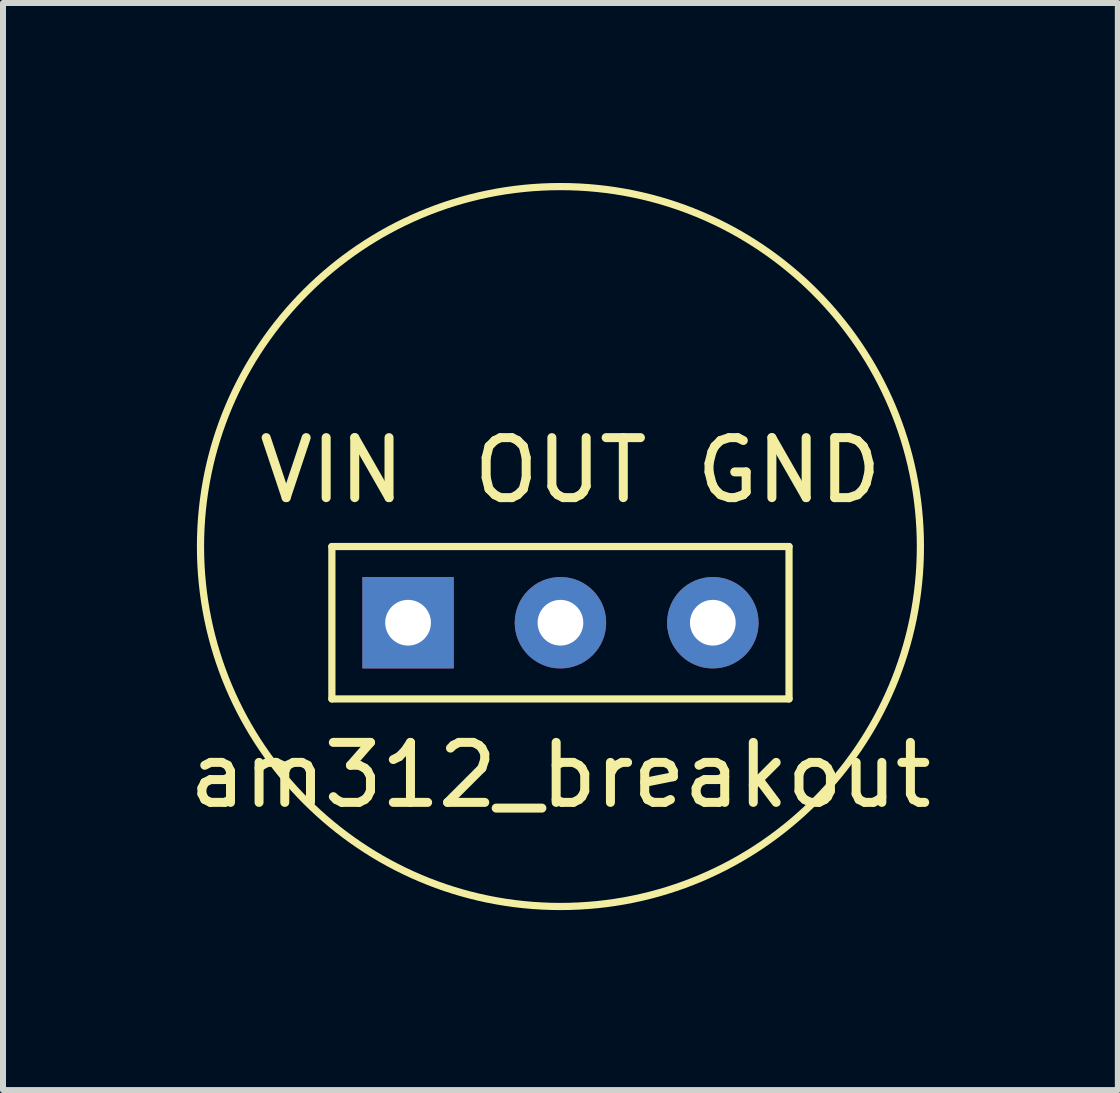
<source format=kicad_pcb>
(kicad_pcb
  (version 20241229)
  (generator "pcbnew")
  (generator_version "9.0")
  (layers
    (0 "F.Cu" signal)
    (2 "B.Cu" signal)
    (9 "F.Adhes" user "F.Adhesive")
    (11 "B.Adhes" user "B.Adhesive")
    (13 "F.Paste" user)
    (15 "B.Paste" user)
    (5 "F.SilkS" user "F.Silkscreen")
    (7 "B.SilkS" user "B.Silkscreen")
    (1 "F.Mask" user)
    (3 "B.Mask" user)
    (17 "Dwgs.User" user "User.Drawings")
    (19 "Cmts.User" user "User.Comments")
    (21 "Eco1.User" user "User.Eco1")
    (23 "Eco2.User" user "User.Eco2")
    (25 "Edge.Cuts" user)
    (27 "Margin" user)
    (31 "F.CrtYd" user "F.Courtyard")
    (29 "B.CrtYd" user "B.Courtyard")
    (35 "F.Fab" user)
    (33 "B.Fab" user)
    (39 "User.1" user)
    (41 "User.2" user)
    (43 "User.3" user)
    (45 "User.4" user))
  (footprint "am312_breakout"
    (layer "F.Cu")
    (at 3.752 7.33)
    (property "Reference" "am312_breakout" (at 2.54 2.54 0) (layer "F.SilkS") (effects (font (size 1 1) (thickness 0.15))))
    (attr through_hole)
    (fp_line (start -1.27 -1.27) (end 6.35 -1.27) (stroke (width 0.12) (type solid)) (layer "F.SilkS"))
    (fp_line (start -1.27 1.27) (end -1.27 -1.27) (stroke (width 0.12) (type solid)) (layer "F.SilkS"))
    (fp_line (start 6.35 -1.27) (end 6.35 1.27) (stroke (width 0.12) (type solid)) (layer "F.SilkS"))
    (fp_line (start 6.35 1.27) (end -1.27 1.27) (stroke (width 0.12) (type solid)) (layer "F.SilkS"))
    (fp_circle (center 2.54 -1.27) (end 8.54 -1.27) (stroke (width 0.12) (type solid)) (fill no) (layer "F.SilkS"))
    (fp_text user "GND" (at 6.35 -2.54 0) (layer "F.SilkS") (effects (font (size 1 1) (thickness 0.15))))
    (fp_text user "OUT" (at 2.54 -2.54 0) (layer "F.SilkS") (effects (font (size 1 1) (thickness 0.15))))
    (fp_text user "VIN" (at -1.27 -2.54 0) (layer "F.SilkS") (effects (font (size 1 1) (thickness 0.15))))
    (pad "1" thru_hole rect (at 0 0) (size 1.524 1.524) (drill 0.762) (layers "*.Cu" "*.Mask"))
    (pad "2" thru_hole circle (at 2.54 0) (size 1.524 1.524) (drill 0.762) (layers "*.Cu" "*.Mask"))
    (pad "3" thru_hole circle (at 5.08 0) (size 1.524 1.524) (drill 0.762) (layers "*.Cu" "*.Mask")))
  (gr_rect
    (start -3 -3)
    (end 15.583 15.12)
    (stroke (width 0.1) (type default))
    (fill no)
    (layer "Edge.Cuts")))
</source>
